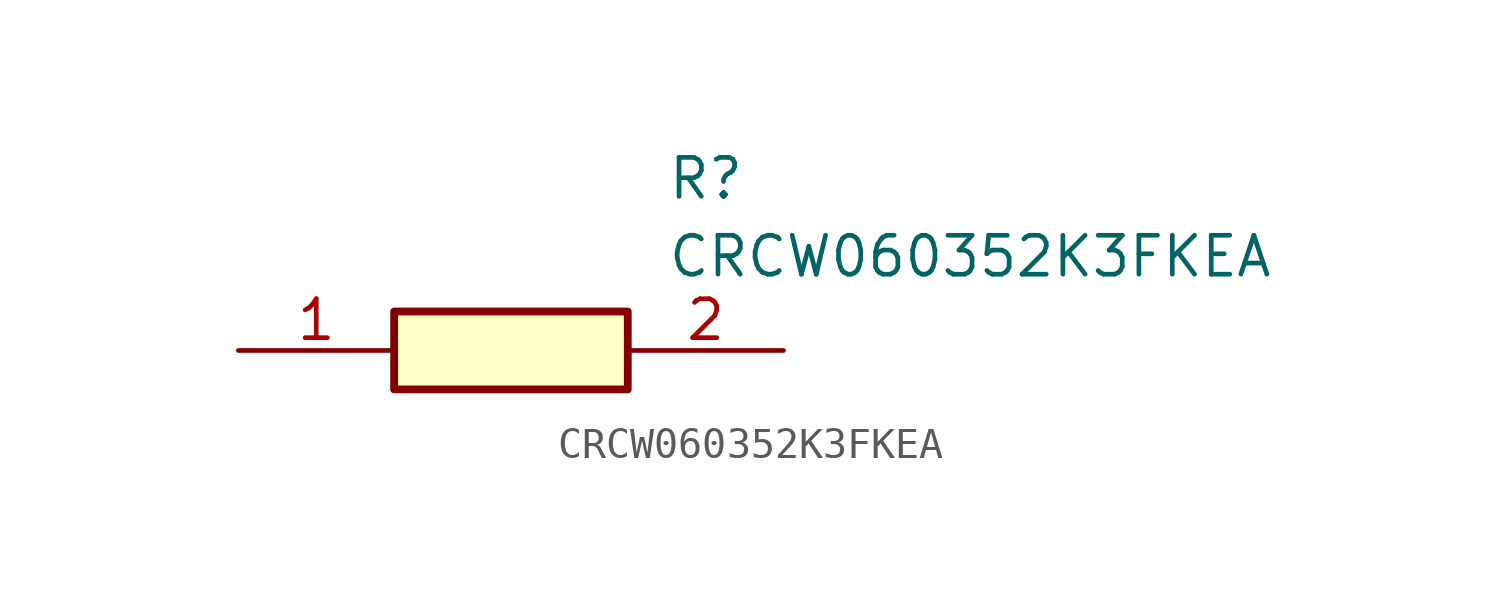
<source format=kicad_sym>
(kicad_symbol_lib
  (version 20211014)
  (generator SamacSys_ECAD_Model)
  (symbol "CRCW060352K3FKEA"
    (pin_names hide)
    (property "Reference" "R"
      (at 13.97 6.35 0)
      (effects (font (size 1.27 1.27)) (justify left top)))
    (property "Value" "CRCW060352K3FKEA"
      (at 13.97 3.81 0)
      (effects (font (size 1.27 1.27)) (justify left top)))
    (rectangle
      (start 5.08 1.27)
      (end 12.7 -1.27)
      (stroke (width 0.254) (type default))
      (fill (type background)))
    (pin passive line
      (at 0 0 0)
      (length 5.08)
      (name "1" (effects (font (size 1.27 1.27))))
      (number "1" (effects (font (size 1.27 1.27)))))
    (pin passive line
      (at 17.78 0 180)
      (length 5.08)
      (name "2" (effects (font (size 1.27 1.27))))
      (number "2" (effects (font (size 1.27 1.27)))))))
</source>
